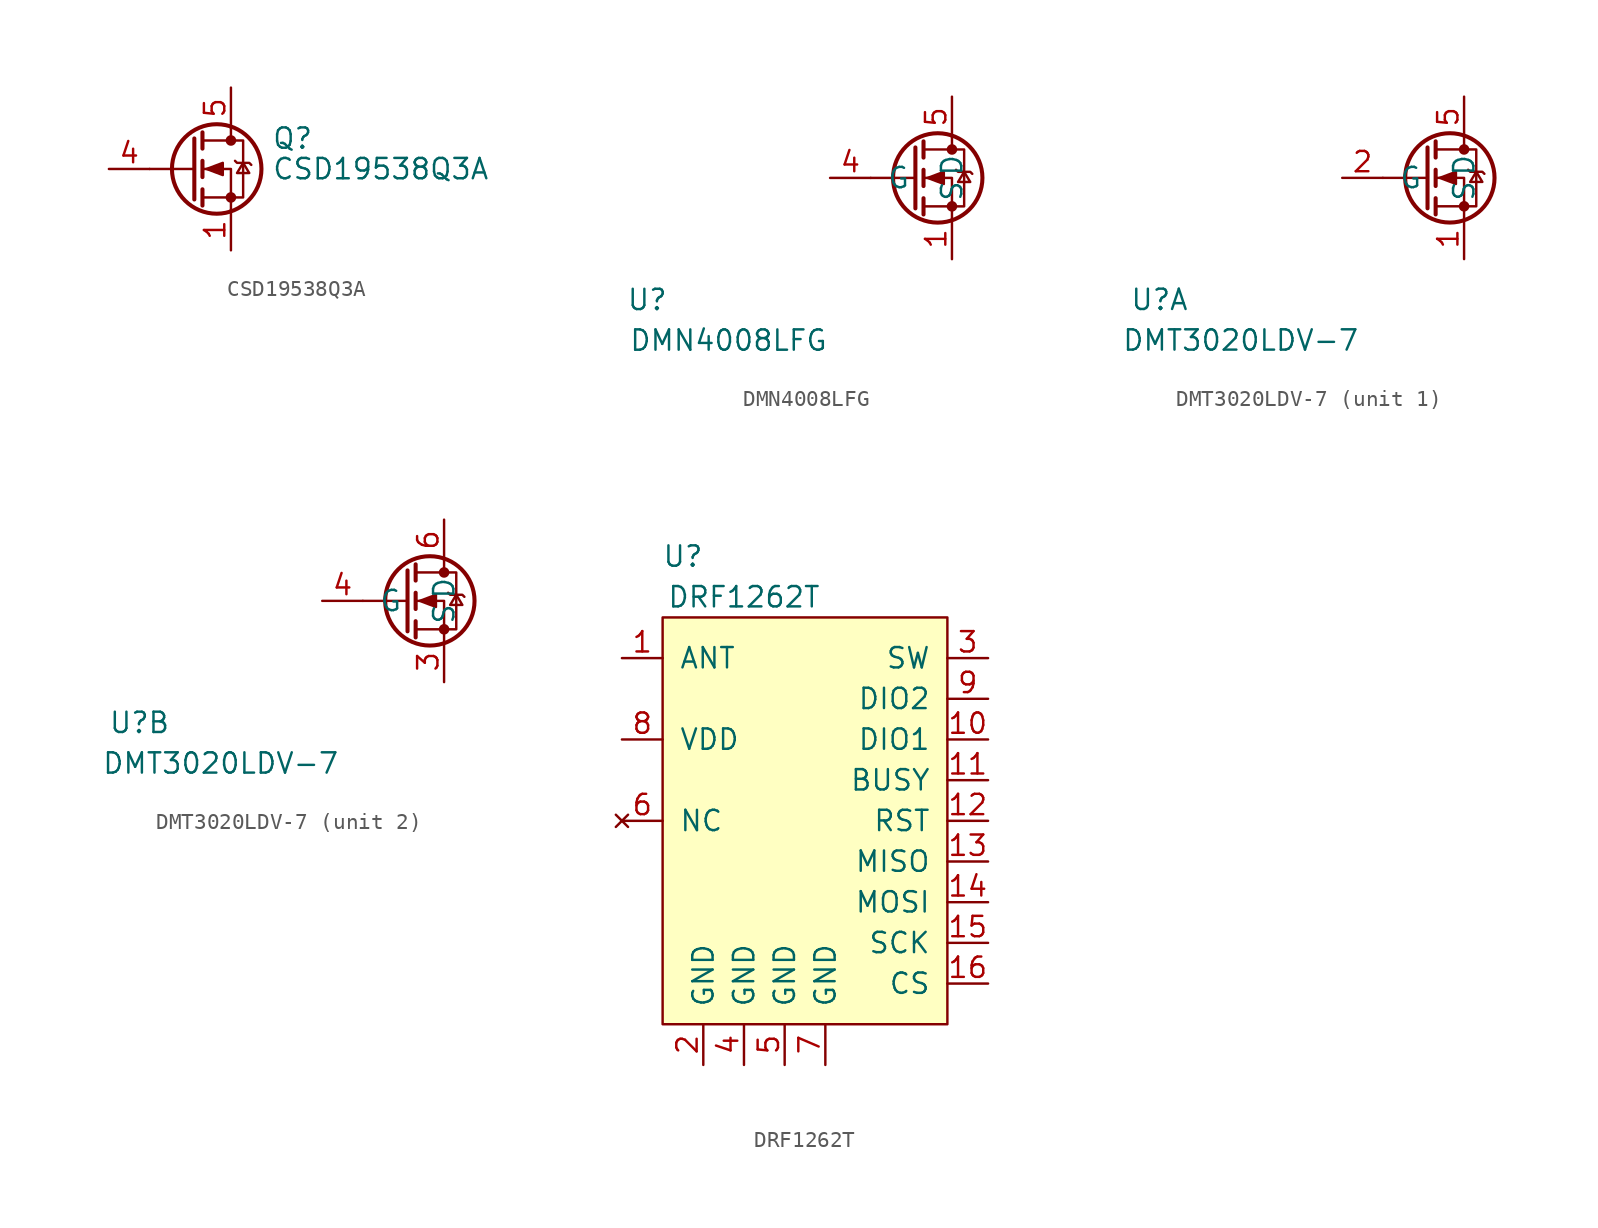
<source format=kicad_sym>
(kicad_symbol_lib
  (version 20211014)
  (generator kicad_symbol_editor)
  (symbol "CSD19538Q3A"
    (pin_names hide)
    (property "Reference" "Q"
      (at 5.08 1.905 0)
      (effects (font (size 1.27 1.27)) (justify left)))
    (property "Value" "CSD19538Q3A"
      (at 5.08 0 0)
      (effects (font (size 1.27 1.27)) (justify left)))
    (symbol "CSD19538Q3A_0_1"
      (polyline (pts (xy 0.254 0) (xy -2.54 0)) (stroke (width 0) (type default) (color 0 0 0 0)) (fill (type none)))
      (polyline (pts (xy 0.254 1.905) (xy 0.254 -1.905)) (stroke (width 0.254) (type default) (color 0 0 0 0)) (fill (type none)))
      (polyline (pts (xy 0.762 -1.27) (xy 0.762 -2.286)) (stroke (width 0.254) (type default) (color 0 0 0 0)) (fill (type none)))
      (polyline (pts (xy 0.762 0.508) (xy 0.762 -0.508)) (stroke (width 0.254) (type default) (color 0 0 0 0)) (fill (type none)))
      (polyline (pts (xy 0.762 2.286) (xy 0.762 1.27)) (stroke (width 0.254) (type default) (color 0 0 0 0)) (fill (type none)))
      (polyline (pts (xy 2.54 2.54) (xy 2.54 1.778)) (stroke (width 0) (type default) (color 0 0 0 0)) (fill (type none)))
      (polyline (pts (xy 2.54 -2.54) (xy 2.54 0) (xy 0.762 0)) (stroke (width 0) (type default) (color 0 0 0 0)) (fill (type none)))
      (polyline (pts (xy 0.762 -1.778) (xy 3.302 -1.778) (xy 3.302 1.778) (xy 0.762 1.778)) (stroke (width 0) (type default) (color 0 0 0 0)) (fill (type none)))
      (polyline (pts (xy 1.016 0) (xy 2.032 0.381) (xy 2.032 -0.381) (xy 1.016 0)) (stroke (width 0) (type default) (color 0 0 0 0)) (fill (type outline)))
      (polyline (pts (xy 2.794 0.508) (xy 2.921 0.381) (xy 3.683 0.381) (xy 3.81 0.254)) (stroke (width 0) (type default) (color 0 0 0 0)) (fill (type none)))
      (polyline (pts (xy 3.302 0.381) (xy 2.921 -0.254) (xy 3.683 -0.254) (xy 3.302 0.381)) (stroke (width 0) (type default) (color 0 0 0 0)) (fill (type none)))
      (circle (center 1.651 0) (radius 2.794) (stroke (width 0.254) (type default) (color 0 0 0 0)) (fill (type none)))
      (circle (center 2.54 -1.778) (radius 0.254) (stroke (width 0) (type default) (color 0 0 0 0)) (fill (type outline)))
      (circle (center 2.54 1.778) (radius 0.254) (stroke (width 0) (type default) (color 0 0 0 0)) (fill (type outline))))
    (symbol "CSD19538Q3A_1_1"
      (pin passive line (at 2.54 -5.08 90) (length 2.54) (name "S" (effects (font (size 1.27 1.27)))) (number "1" (effects (font (size 1.27 1.27)))))
      (pin passive line (at 2.54 -5.08 90) (length 2.54) hide (name "S" (effects (font (size 1.27 1.27)))) (number "2" (effects (font (size 1.27 1.27)))))
      (pin passive line (at 2.54 -5.08 90) (length 2.54) hide (name "S" (effects (font (size 1.27 1.27)))) (number "3" (effects (font (size 1.27 1.27)))))
      (pin passive line (at -5.08 0 0) (length 2.54) (name "G" (effects (font (size 1.27 1.27)))) (number "4" (effects (font (size 1.27 1.27)))))
      (pin passive line (at 2.54 5.08 270) (length 2.54) (name "D" (effects (font (size 1.27 1.27)))) (number "5" (effects (font (size 1.27 1.27)))))))
  (symbol "DMN4008LFG"
    (pin_names
      (offset 1.016))
    (property "Reference" "U"
      (at -19.05 -7.62 0)
      (effects (font (size 1.27 1.27))))
    (property "Value" "DMN4008LFG"
      (at -13.97 -10.16 0)
      (effects (font (size 1.27 1.27))))
    (symbol "DMN4008LFG_1_1"
      (circle (center -0.889 0) (radius 2.794) (stroke (width 0.254) (type default) (color 0 0 0 0)) (fill (type none)))
      (circle (center 0 -1.778) (radius 0.254) (stroke (width 0) (type default) (color 0 0 0 0)) (fill (type outline)))
      (polyline (pts (xy -2.286 0) (xy -5.08 0)) (stroke (width 0) (type default) (color 0 0 0 0)) (fill (type none)))
      (polyline (pts (xy -2.286 1.905) (xy -2.286 -1.905)) (stroke (width 0.254) (type default) (color 0 0 0 0)) (fill (type none)))
      (polyline (pts (xy -1.778 -1.27) (xy -1.778 -2.286)) (stroke (width 0.254) (type default) (color 0 0 0 0)) (fill (type none)))
      (polyline (pts (xy -1.778 0.508) (xy -1.778 -0.508)) (stroke (width 0.254) (type default) (color 0 0 0 0)) (fill (type none)))
      (polyline (pts (xy -1.778 2.286) (xy -1.778 1.27)) (stroke (width 0.254) (type default) (color 0 0 0 0)) (fill (type none)))
      (polyline (pts (xy 0 2.54) (xy 0 1.778)) (stroke (width 0) (type default) (color 0 0 0 0)) (fill (type none)))
      (polyline (pts (xy 0 -2.54) (xy 0 0) (xy -1.778 0)) (stroke (width 0) (type default) (color 0 0 0 0)) (fill (type none)))
      (polyline (pts (xy -1.778 -1.778) (xy 0.762 -1.778) (xy 0.762 1.778) (xy -1.778 1.778)) (stroke (width 0) (type default) (color 0 0 0 0)) (fill (type none)))
      (polyline (pts (xy -1.524 0) (xy -0.508 0.381) (xy -0.508 -0.381) (xy -1.524 0)) (stroke (width 0) (type default) (color 0 0 0 0)) (fill (type outline)))
      (polyline (pts (xy 0.254 0.508) (xy 0.381 0.381) (xy 1.143 0.381) (xy 1.27 0.254)) (stroke (width 0) (type default) (color 0 0 0 0)) (fill (type none)))
      (polyline (pts (xy 0.762 0.381) (xy 0.381 -0.254) (xy 1.143 -0.254) (xy 0.762 0.381)) (stroke (width 0) (type default) (color 0 0 0 0)) (fill (type none)))
      (circle (center 0 1.778) (radius 0.254) (stroke (width 0) (type default) (color 0 0 0 0)) (fill (type outline)))
      (pin passive line (at 0 -5.08 90) (length 2.54) (name "S" (effects (font (size 1.27 1.27)))) (number "1" (effects (font (size 1.27 1.27)))))
      (pin passive line (at 0 -5.08 90) (length 2.54) hide (name "S" (effects (font (size 1.27 1.27)))) (number "2" (effects (font (size 1.27 1.27)))))
      (pin passive line (at 0 -5.08 90) (length 2.54) hide (name "S" (effects (font (size 1.27 1.27)))) (number "3" (effects (font (size 1.27 1.27)))))
      (pin passive line (at -7.62 0 0) (length 2.54) (name "G" (effects (font (size 1.27 1.27)))) (number "4" (effects (font (size 1.27 1.27)))))
      (pin passive line (at 0 5.08 270) (length 2.54) (name "D" (effects (font (size 1.27 1.27)))) (number "5" (effects (font (size 1.27 1.27)))))))
  (symbol "DMT3020LDV-7"
    (pin_names
      (offset 1.016))
    (property "Reference" "U"
      (at -19.05 -7.62 0)
      (effects (font (size 1.27 1.27))))
    (property "Value" "DMT3020LDV-7"
      (at -13.97 -10.16 0)
      (effects (font (size 1.27 1.27))))
    (symbol "DMT3020LDV-7_1_1"
      (circle (center -0.889 0) (radius 2.794) (stroke (width 0.254) (type default) (color 0 0 0 0)) (fill (type none)))
      (circle (center 0 -1.778) (radius 0.254) (stroke (width 0) (type default) (color 0 0 0 0)) (fill (type outline)))
      (polyline (pts (xy -2.286 0) (xy -5.08 0)) (stroke (width 0) (type default) (color 0 0 0 0)) (fill (type none)))
      (polyline (pts (xy -2.286 1.905) (xy -2.286 -1.905)) (stroke (width 0.254) (type default) (color 0 0 0 0)) (fill (type none)))
      (polyline (pts (xy -1.778 -1.27) (xy -1.778 -2.286)) (stroke (width 0.254) (type default) (color 0 0 0 0)) (fill (type none)))
      (polyline (pts (xy -1.778 0.508) (xy -1.778 -0.508)) (stroke (width 0.254) (type default) (color 0 0 0 0)) (fill (type none)))
      (polyline (pts (xy -1.778 2.286) (xy -1.778 1.27)) (stroke (width 0.254) (type default) (color 0 0 0 0)) (fill (type none)))
      (polyline (pts (xy 0 2.54) (xy 0 1.778)) (stroke (width 0) (type default) (color 0 0 0 0)) (fill (type none)))
      (polyline (pts (xy 0 -2.54) (xy 0 0) (xy -1.778 0)) (stroke (width 0) (type default) (color 0 0 0 0)) (fill (type none)))
      (polyline (pts (xy -1.778 -1.778) (xy 0.762 -1.778) (xy 0.762 1.778) (xy -1.778 1.778)) (stroke (width 0) (type default) (color 0 0 0 0)) (fill (type none)))
      (polyline (pts (xy -1.524 0) (xy -0.508 0.381) (xy -0.508 -0.381) (xy -1.524 0)) (stroke (width 0) (type default) (color 0 0 0 0)) (fill (type outline)))
      (polyline (pts (xy 0.254 0.508) (xy 0.381 0.381) (xy 1.143 0.381) (xy 1.27 0.254)) (stroke (width 0) (type default) (color 0 0 0 0)) (fill (type none)))
      (polyline (pts (xy 0.762 0.381) (xy 0.381 -0.254) (xy 1.143 -0.254) (xy 0.762 0.381)) (stroke (width 0) (type default) (color 0 0 0 0)) (fill (type none)))
      (circle (center 0 1.778) (radius 0.254) (stroke (width 0) (type default) (color 0 0 0 0)) (fill (type outline)))
      (pin passive line (at 0 -5.08 90) (length 2.54) (name "S" (effects (font (size 1.27 1.27)))) (number "1" (effects (font (size 1.27 1.27)))))
      (pin passive line (at -7.62 0 0) (length 2.54) (name "G" (effects (font (size 1.27 1.27)))) (number "2" (effects (font (size 1.27 1.27)))))
      (pin passive line (at 0 5.08 270) (length 2.54) (name "D" (effects (font (size 1.27 1.27)))) (number "5" (effects (font (size 1.27 1.27))))))
    (symbol "DMT3020LDV-7_2_1"
      (circle (center -0.889 0) (radius 2.794) (stroke (width 0.254) (type default) (color 0 0 0 0)) (fill (type none)))
      (circle (center 0 -1.778) (radius 0.254) (stroke (width 0) (type default) (color 0 0 0 0)) (fill (type outline)))
      (polyline (pts (xy -2.286 0) (xy -5.08 0)) (stroke (width 0) (type default) (color 0 0 0 0)) (fill (type none)))
      (polyline (pts (xy -2.286 1.905) (xy -2.286 -1.905)) (stroke (width 0.254) (type default) (color 0 0 0 0)) (fill (type none)))
      (polyline (pts (xy -1.778 -1.27) (xy -1.778 -2.286)) (stroke (width 0.254) (type default) (color 0 0 0 0)) (fill (type none)))
      (polyline (pts (xy -1.778 0.508) (xy -1.778 -0.508)) (stroke (width 0.254) (type default) (color 0 0 0 0)) (fill (type none)))
      (polyline (pts (xy -1.778 2.286) (xy -1.778 1.27)) (stroke (width 0.254) (type default) (color 0 0 0 0)) (fill (type none)))
      (polyline (pts (xy 0 2.54) (xy 0 1.778)) (stroke (width 0) (type default) (color 0 0 0 0)) (fill (type none)))
      (polyline (pts (xy 0 -2.54) (xy 0 0) (xy -1.778 0)) (stroke (width 0) (type default) (color 0 0 0 0)) (fill (type none)))
      (polyline (pts (xy -1.778 -1.778) (xy 0.762 -1.778) (xy 0.762 1.778) (xy -1.778 1.778)) (stroke (width 0) (type default) (color 0 0 0 0)) (fill (type none)))
      (polyline (pts (xy -1.524 0) (xy -0.508 0.381) (xy -0.508 -0.381) (xy -1.524 0)) (stroke (width 0) (type default) (color 0 0 0 0)) (fill (type outline)))
      (polyline (pts (xy 0.254 0.508) (xy 0.381 0.381) (xy 1.143 0.381) (xy 1.27 0.254)) (stroke (width 0) (type default) (color 0 0 0 0)) (fill (type none)))
      (polyline (pts (xy 0.762 0.381) (xy 0.381 -0.254) (xy 1.143 -0.254) (xy 0.762 0.381)) (stroke (width 0) (type default) (color 0 0 0 0)) (fill (type none)))
      (circle (center 0 1.778) (radius 0.254) (stroke (width 0) (type default) (color 0 0 0 0)) (fill (type outline)))
      (pin passive line (at 0 -5.08 90) (length 2.54) (name "S" (effects (font (size 1.27 1.27)))) (number "3" (effects (font (size 1.27 1.27)))))
      (pin passive line (at -7.62 0 0) (length 2.54) (name "G" (effects (font (size 1.27 1.27)))) (number "4" (effects (font (size 1.27 1.27)))))
      (pin passive line (at 0 5.08 270) (length 2.54) (name "D" (effects (font (size 1.27 1.27)))) (number "6" (effects (font (size 1.27 1.27)))))))
  (symbol "DRF1262T"
    (pin_names
      (offset 1.016))
    (property "Reference" "U"
      (at 1.27 29.21 0)
      (effects (font (size 1.27 1.27))))
    (property "Value" "DRF1262T"
      (at 5.08 26.67 0)
      (effects (font (size 1.27 1.27))))
    (symbol "DRF1262T_0_1"
      (rectangle (start 0 0) (end 17.78 25.4) (stroke (width 0) (type default) (color 0 0 0 0)) (fill (type background))))
    (symbol "DRF1262T_1_1"
      (pin input line (at -2.54 22.86 0) (length 2.54) (name "ANT" (effects (font (size 1.27 1.27)))) (number "1" (effects (font (size 1.27 1.27)))))
      (pin input line (at 20.32 17.78 180) (length 2.54) (name "DIO1" (effects (font (size 1.27 1.27)))) (number "10" (effects (font (size 1.27 1.27)))))
      (pin input line (at 20.32 15.24 180) (length 2.54) (name "BUSY" (effects (font (size 1.27 1.27)))) (number "11" (effects (font (size 1.27 1.27)))))
      (pin input line (at 20.32 12.7 180) (length 2.54) (name "RST" (effects (font (size 1.27 1.27)))) (number "12" (effects (font (size 1.27 1.27)))))
      (pin input line (at 20.32 10.16 180) (length 2.54) (name "MISO" (effects (font (size 1.27 1.27)))) (number "13" (effects (font (size 1.27 1.27)))))
      (pin input line (at 20.32 7.62 180) (length 2.54) (name "MOSI" (effects (font (size 1.27 1.27)))) (number "14" (effects (font (size 1.27 1.27)))))
      (pin input line (at 20.32 5.08 180) (length 2.54) (name "SCK" (effects (font (size 1.27 1.27)))) (number "15" (effects (font (size 1.27 1.27)))))
      (pin input line (at 20.32 2.54 180) (length 2.54) (name "CS" (effects (font (size 1.27 1.27)))) (number "16" (effects (font (size 1.27 1.27)))))
      (pin input line (at 2.54 -2.54 90) (length 2.54) (name "GND" (effects (font (size 1.27 1.27)))) (number "2" (effects (font (size 1.27 1.27)))))
      (pin input line (at 20.32 22.86 180) (length 2.54) (name "SW" (effects (font (size 1.27 1.27)))) (number "3" (effects (font (size 1.27 1.27)))))
      (pin input line (at 5.08 -2.54 90) (length 2.54) (name "GND" (effects (font (size 1.27 1.27)))) (number "4" (effects (font (size 1.27 1.27)))))
      (pin input line (at 7.62 -2.54 90) (length 2.54) (name "GND" (effects (font (size 1.27 1.27)))) (number "5" (effects (font (size 1.27 1.27)))))
      (pin no_connect line (at -2.54 12.7 0) (length 2.54) (name "NC" (effects (font (size 1.27 1.27)))) (number "6" (effects (font (size 1.27 1.27)))))
      (pin input line (at 10.16 -2.54 90) (length 2.54) (name "GND" (effects (font (size 1.27 1.27)))) (number "7" (effects (font (size 1.27 1.27)))))
      (pin input line (at -2.54 17.78 0) (length 2.54) (name "VDD" (effects (font (size 1.27 1.27)))) (number "8" (effects (font (size 1.27 1.27)))))
      (pin input line (at 20.32 20.32 180) (length 2.54) (name "DIO2" (effects (font (size 1.27 1.27)))) (number "9" (effects (font (size 1.27 1.27))))))))
</source>
